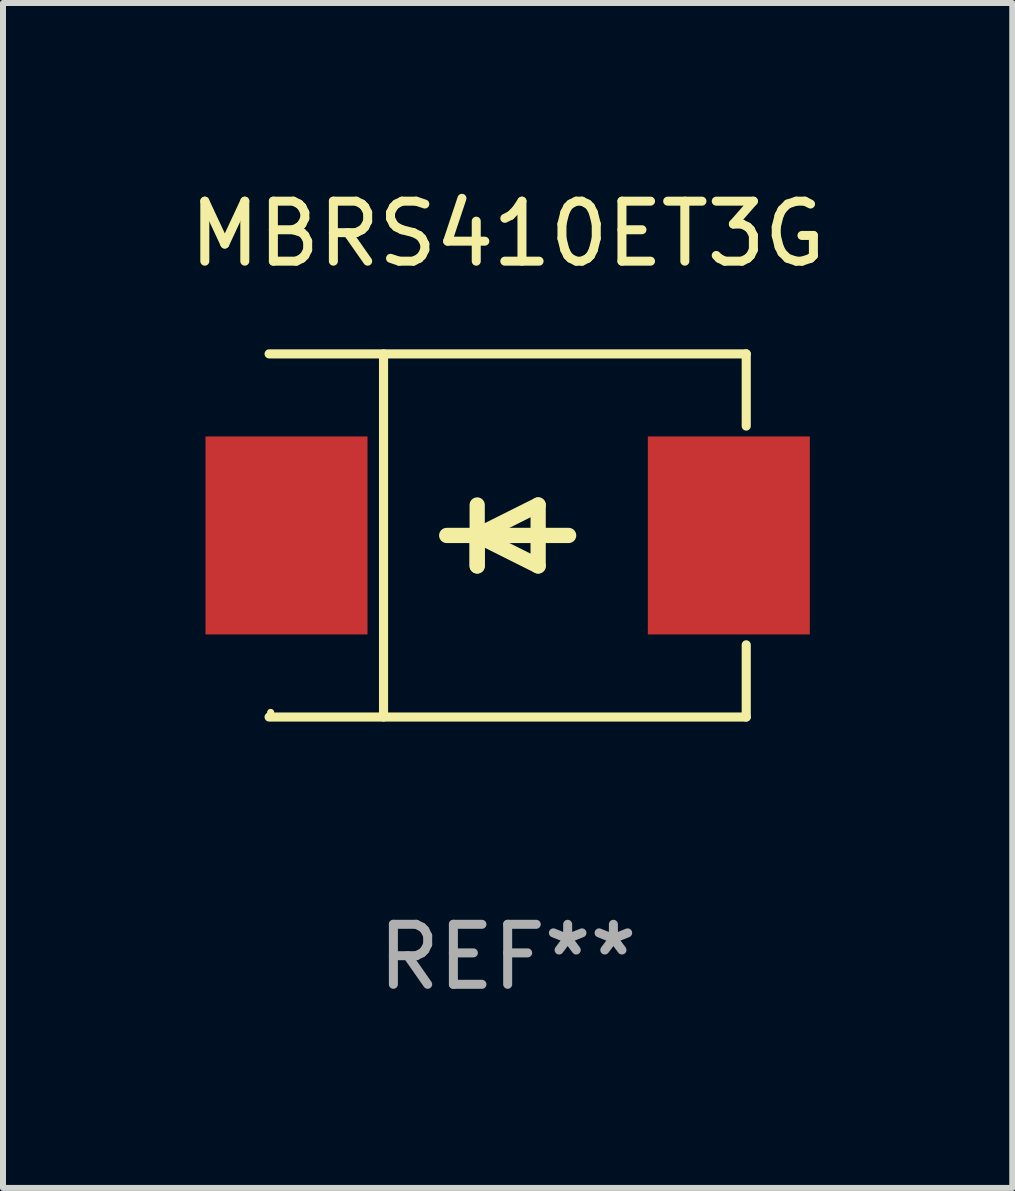
<source format=kicad_pcb>
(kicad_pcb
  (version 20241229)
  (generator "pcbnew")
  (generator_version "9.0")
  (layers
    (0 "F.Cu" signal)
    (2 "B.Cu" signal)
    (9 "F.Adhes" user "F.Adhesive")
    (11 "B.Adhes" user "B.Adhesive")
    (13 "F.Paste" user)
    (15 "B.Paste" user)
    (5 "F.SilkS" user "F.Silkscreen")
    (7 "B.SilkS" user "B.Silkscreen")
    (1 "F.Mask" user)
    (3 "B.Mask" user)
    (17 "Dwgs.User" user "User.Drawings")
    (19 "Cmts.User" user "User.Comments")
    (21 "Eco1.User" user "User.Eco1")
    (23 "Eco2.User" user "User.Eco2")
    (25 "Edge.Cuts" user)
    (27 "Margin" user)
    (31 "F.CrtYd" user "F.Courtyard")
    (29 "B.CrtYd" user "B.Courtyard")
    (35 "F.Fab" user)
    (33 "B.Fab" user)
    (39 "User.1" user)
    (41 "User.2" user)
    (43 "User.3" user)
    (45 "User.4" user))
  (footprint "MBRS410ET3G"
    (layer "F.Cu")
    (at 5.411 5.874)
    (property "Reference" "MBRS410ET3G" (at 0 -5.026 0) (layer "F.SilkS") (effects (font (size 1 1) (thickness 0.15))))
    (attr through_hole)
    (fp_line (start -3.976 -3.026) (end 3.976 -3.026) (stroke (width 0.152) (type solid)) (layer "F.SilkS"))
    (fp_line (start -3.976 3.026) (end 3.976 3.026) (stroke (width 0.152) (type solid)) (layer "F.SilkS"))
    (fp_line (start -2.069 -3.026) (end -2.069 3.026) (stroke (width 0.152) (type solid)) (layer "F.SilkS"))
    (fp_line (start -0.508 0) (end -0.508 0.508) (stroke (width 0.254) (type solid)) (layer "F.SilkS"))
    (fp_line (start -0.508 0) (end 0.508 0.508) (stroke (width 0.254) (type solid)) (layer "F.SilkS"))
    (fp_line (start -0.508 0.508) (end -0.508 -0.508) (stroke (width 0.254) (type solid)) (layer "F.SilkS"))
    (fp_line (start 0.508 -0.508) (end -0.508 0) (stroke (width 0.254) (type solid)) (layer "F.SilkS"))
    (fp_line (start 0.508 0.508) (end 0.508 -0.508) (stroke (width 0.254) (type solid)) (layer "F.SilkS"))
    (fp_line (start 1.016 0) (end -1.016 0) (stroke (width 0.254) (type solid)) (layer "F.SilkS"))
    (fp_line (start 3.976 -3.026) (end 3.976 -1.823) (stroke (width 0.152) (type solid)) (layer "F.SilkS"))
    (fp_line (start 3.976 3.026) (end 3.976 1.823) (stroke (width 0.152) (type solid)) (layer "F.SilkS"))
    (fp_circle (center -3.95 2.95) (end -3.92 2.95) (stroke (width 0.06) (type solid)) (fill no) (layer "F.SilkS"))
    (fp_text user "REF**" (at 0 7.026 0) (layer "F.Fab") (effects (font (size 1 1) (thickness 0.15))))
    (pad "1" smd rect (at -3.686 0) (size 2.7 3.3) (layers "F.Cu" "F.Mask" "F.Paste"))
    (pad "2" smd rect (at 3.686 0) (size 2.7 3.3) (layers "F.Cu" "F.Mask" "F.Paste")))
  (gr_rect
    (start -3 -3)
    (end 13.821 16.749)
    (stroke (width 0.1) (type default))
    (fill no)
    (layer "Edge.Cuts")))
</source>
